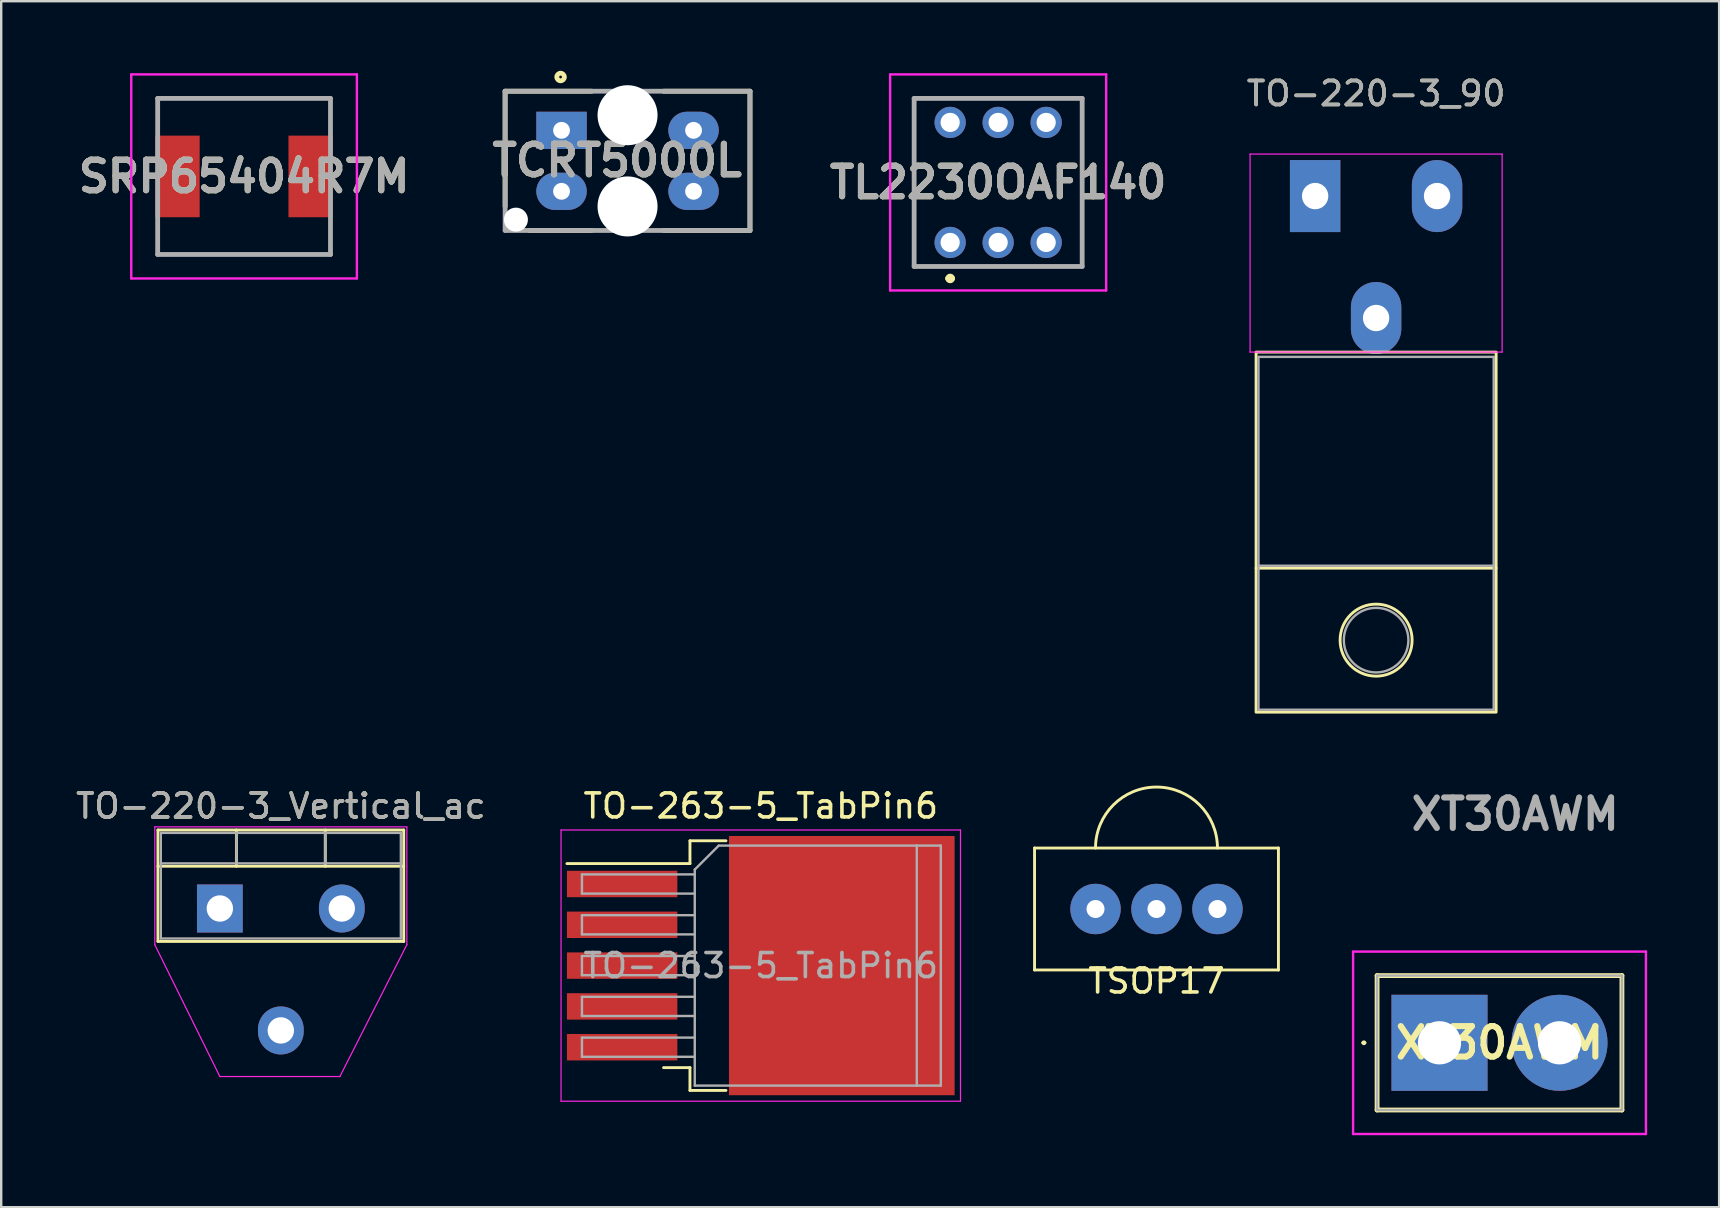
<source format=kicad_pcb>
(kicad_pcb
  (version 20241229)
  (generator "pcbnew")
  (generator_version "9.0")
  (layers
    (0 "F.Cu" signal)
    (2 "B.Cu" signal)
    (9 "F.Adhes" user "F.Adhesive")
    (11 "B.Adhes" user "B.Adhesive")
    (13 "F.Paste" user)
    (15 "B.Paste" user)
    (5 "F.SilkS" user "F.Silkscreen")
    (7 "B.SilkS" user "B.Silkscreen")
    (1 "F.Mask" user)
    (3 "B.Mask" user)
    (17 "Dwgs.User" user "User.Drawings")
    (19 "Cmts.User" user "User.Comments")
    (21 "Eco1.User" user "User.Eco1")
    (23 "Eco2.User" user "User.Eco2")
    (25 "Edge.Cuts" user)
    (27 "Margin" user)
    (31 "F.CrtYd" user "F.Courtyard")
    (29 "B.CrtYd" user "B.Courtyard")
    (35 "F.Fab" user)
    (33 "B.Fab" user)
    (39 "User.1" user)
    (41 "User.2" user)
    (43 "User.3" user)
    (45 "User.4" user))
  (footprint "TO-220-3_Vertical_ac"
    (layer "F.Cu")
    (at 6.109 34.797)
    (property "Reference" "TO-220-3_Vertical_ac" (at 2.54 -4.27 0) (layer "F.SilkS") (effects (font (size 1 1) (thickness 0.15))))
    (attr through_hole)
    (fp_line (start -2.58 -3.27) (end -2.58 1.371) (stroke (width 0.12) (type solid)) (layer "F.SilkS"))
    (fp_line (start -2.58 -3.27) (end 7.66 -3.27) (stroke (width 0.12) (type solid)) (layer "F.SilkS"))
    (fp_line (start -2.58 -1.76) (end 7.66 -1.76) (stroke (width 0.12) (type solid)) (layer "F.SilkS"))
    (fp_line (start -2.58 1.371) (end 7.66 1.371) (stroke (width 0.12) (type solid)) (layer "F.SilkS"))
    (fp_line (start 0.69 -3.27) (end 0.69 -1.76) (stroke (width 0.12) (type solid)) (layer "F.SilkS"))
    (fp_line (start 4.391 -3.27) (end 4.391 -1.76) (stroke (width 0.12) (type solid)) (layer "F.SilkS"))
    (fp_line (start 7.66 -3.27) (end 7.66 1.371) (stroke (width 0.12) (type solid)) (layer "F.SilkS"))
    (fp_line (start -2.71 -3.4) (end -2.71 1.51) (stroke (width 0.05) (type solid)) (layer "F.CrtYd"))
    (fp_line (start -2.71 1.51) (end 0 7) (stroke (width 0.05) (type solid)) (layer "F.CrtYd"))
    (fp_line (start 0 7) (end 5 7) (stroke (width 0.05) (type solid)) (layer "F.CrtYd"))
    (fp_line (start 5 7) (end 7.79 1.51) (stroke (width 0.05) (type solid)) (layer "F.CrtYd"))
    (fp_line (start 7.79 -3.4) (end -2.71 -3.4) (stroke (width 0.05) (type solid)) (layer "F.CrtYd"))
    (fp_line (start 7.79 1.51) (end 7.79 -3.4) (stroke (width 0.05) (type solid)) (layer "F.CrtYd"))
    (fp_line (start -2.46 -3.15) (end -2.46 1.25) (stroke (width 0.1) (type solid)) (layer "F.Fab"))
    (fp_line (start -2.46 -1.88) (end 7.54 -1.88) (stroke (width 0.1) (type solid)) (layer "F.Fab"))
    (fp_line (start -2.46 1.25) (end 7.54 1.25) (stroke (width 0.1) (type solid)) (layer "F.Fab"))
    (fp_line (start 0.69 -3.15) (end 0.69 -1.88) (stroke (width 0.1) (type solid)) (layer "F.Fab"))
    (fp_line (start 4.39 -3.15) (end 4.39 -1.88) (stroke (width 0.1) (type solid)) (layer "F.Fab"))
    (fp_line (start 7.54 -3.15) (end -2.46 -3.15) (stroke (width 0.1) (type solid)) (layer "F.Fab"))
    (fp_line (start 7.54 1.25) (end 7.54 -3.15) (stroke (width 0.1) (type solid)) (layer "F.Fab"))
    (fp_text user "${REFERENCE}" (at 2.54 -4.27 0) (layer "F.Fab") (effects (font (size 1 1) (thickness 0.15))))
    (pad "1" thru_hole rect (at 0 0) (size 1.905 2) (drill 1.1) (layers "*.Cu" "*.Mask"))
    (pad "2" thru_hole oval (at 2.54 5.08) (size 1.905 2) (drill 1.1) (layers "*.Cu" "*.Mask"))
    (pad "3" thru_hole oval (at 5.08 0) (size 1.905 2) (drill 1.1) (layers "*.Cu" "*.Mask")))
  (footprint "TO-263-5_TabPin6"
    (layer "F.Cu")
    (at 28.643 37.176)
    (property "Reference" "TO-263-5_TabPin6" (at 0 -6.65 0) (layer "F.SilkS") (effects (font (size 1 1) (thickness 0.15))))
    (attr smd)
    (fp_line (start -2.95 -5.2) (end -2.95 -4.25) (stroke (width 0.12) (type solid)) (layer "F.SilkS"))
    (fp_line (start -2.95 -4.25) (end -8.075 -4.25) (stroke (width 0.12) (type solid)) (layer "F.SilkS"))
    (fp_line (start -2.95 4.25) (end -4.05 4.25) (stroke (width 0.12) (type solid)) (layer "F.SilkS"))
    (fp_line (start -2.95 5.2) (end -2.95 4.25) (stroke (width 0.12) (type solid)) (layer "F.SilkS"))
    (fp_line (start -1.45 -5.2) (end -2.95 -5.2) (stroke (width 0.12) (type solid)) (layer "F.SilkS"))
    (fp_line (start -1.45 5.2) (end -2.95 5.2) (stroke (width 0.12) (type solid)) (layer "F.SilkS"))
    (fp_line (start -8.32 -5.65) (end -8.32 5.65) (stroke (width 0.05) (type solid)) (layer "F.CrtYd"))
    (fp_line (start -8.32 5.65) (end 8.32 5.65) (stroke (width 0.05) (type solid)) (layer "F.CrtYd"))
    (fp_line (start 8.32 -5.65) (end -8.32 -5.65) (stroke (width 0.05) (type solid)) (layer "F.CrtYd"))
    (fp_line (start 8.32 5.65) (end 8.32 -5.65) (stroke (width 0.05) (type solid)) (layer "F.CrtYd"))
    (fp_line (start -7.45 -3.8) (end -7.45 -3) (stroke (width 0.1) (type solid)) (layer "F.Fab"))
    (fp_line (start -7.45 -3) (end -2.75 -3) (stroke (width 0.1) (type solid)) (layer "F.Fab"))
    (fp_line (start -7.45 -2.1) (end -7.45 -1.3) (stroke (width 0.1) (type solid)) (layer "F.Fab"))
    (fp_line (start -7.45 -1.3) (end -2.75 -1.3) (stroke (width 0.1) (type solid)) (layer "F.Fab"))
    (fp_line (start -7.45 -0.4) (end -7.45 0.4) (stroke (width 0.1) (type solid)) (layer "F.Fab"))
    (fp_line (start -7.45 0.4) (end -2.75 0.4) (stroke (width 0.1) (type solid)) (layer "F.Fab"))
    (fp_line (start -7.45 1.3) (end -7.45 2.1) (stroke (width 0.1) (type solid)) (layer "F.Fab"))
    (fp_line (start -7.45 2.1) (end -2.75 2.1) (stroke (width 0.1) (type solid)) (layer "F.Fab"))
    (fp_line (start -7.45 3) (end -7.45 3.8) (stroke (width 0.1) (type solid)) (layer "F.Fab"))
    (fp_line (start -7.45 3.8) (end -2.75 3.8) (stroke (width 0.1) (type solid)) (layer "F.Fab"))
    (fp_line (start -2.75 -4) (end -1.75 -5) (stroke (width 0.1) (type solid)) (layer "F.Fab"))
    (fp_line (start -2.75 -3.8) (end -7.45 -3.8) (stroke (width 0.1) (type solid)) (layer "F.Fab"))
    (fp_line (start -2.75 -2.1) (end -7.45 -2.1) (stroke (width 0.1) (type solid)) (layer "F.Fab"))
    (fp_line (start -2.75 -0.4) (end -7.45 -0.4) (stroke (width 0.1) (type solid)) (layer "F.Fab"))
    (fp_line (start -2.75 1.3) (end -7.45 1.3) (stroke (width 0.1) (type solid)) (layer "F.Fab"))
    (fp_line (start -2.75 3) (end -7.45 3) (stroke (width 0.1) (type solid)) (layer "F.Fab"))
    (fp_line (start -2.75 5) (end -2.75 -4) (stroke (width 0.1) (type solid)) (layer "F.Fab"))
    (fp_line (start -1.75 -5) (end 6.5 -5) (stroke (width 0.1) (type solid)) (layer "F.Fab"))
    (fp_line (start 6.5 -5) (end 6.5 5) (stroke (width 0.1) (type solid)) (layer "F.Fab"))
    (fp_line (start 6.5 -5) (end 7.5 -5) (stroke (width 0.1) (type solid)) (layer "F.Fab"))
    (fp_line (start 6.5 5) (end -2.75 5) (stroke (width 0.1) (type solid)) (layer "F.Fab"))
    (fp_line (start 7.5 -5) (end 7.5 5) (stroke (width 0.1) (type solid)) (layer "F.Fab"))
    (fp_line (start 7.5 5) (end 6.5 5) (stroke (width 0.1) (type solid)) (layer "F.Fab"))
    (fp_text user "${REFERENCE}" (at 0 0 0) (layer "F.Fab") (effects (font (size 1 1) (thickness 0.15))))
    (pad "" smd rect (at 0.95 -2.775) (size 4.55 5.25) (layers "F.Paste"))
    (pad "" smd rect (at 0.95 2.775) (size 4.55 5.25) (layers "F.Paste"))
    (pad "" smd rect (at 5.8 -2.775) (size 4.55 5.25) (layers "F.Paste"))
    (pad "" smd rect (at 5.8 2.775) (size 4.55 5.25) (layers "F.Paste"))
    (pad "1" smd rect (at -5.775 -3.4) (size 4.6 1.1) (layers "F.Cu" "F.Mask" "F.Paste"))
    (pad "2" smd rect (at -5.775 -1.7) (size 4.6 1.1) (layers "F.Cu" "F.Mask" "F.Paste"))
    (pad "3" smd rect (at -5.775 0) (size 4.6 1.1) (layers "F.Cu" "F.Mask" "F.Paste"))
    (pad "4" smd rect (at -5.775 1.7) (size 4.6 1.1) (layers "F.Cu" "F.Mask" "F.Paste"))
    (pad "5" smd rect (at -5.775 3.4) (size 4.6 1.1) (layers "F.Cu" "F.Mask" "F.Paste"))
    (pad "6" smd rect (at 3.375 0) (size 9.4 10.8) (layers "F.Cu" "F.Mask")))
  (footprint "SRP65404R7M"
    (layer "F.Cu")
    (at 7.118 4.3)
    (property "Reference" "SRP65404R7M" (at 0 0 0) (layer "F.SilkS") (effects (font (size 1.27 1.27) (thickness 0.254))))
    (attr smd)
    (fp_line (start -3.6 -3.25) (end 3.5 -3.25) (stroke (width 0.1) (type solid)) (layer "F.SilkS"))
    (fp_line (start -3.6 3.25) (end 3.6 3.25) (stroke (width 0.1) (type solid)) (layer "F.SilkS"))
    (fp_line (start -4.7 -4.25) (end 4.7 -4.25) (stroke (width 0.1) (type solid)) (layer "F.CrtYd"))
    (fp_line (start -4.7 4.25) (end -4.7 -4.25) (stroke (width 0.1) (type solid)) (layer "F.CrtYd"))
    (fp_line (start 4.7 -4.25) (end 4.7 4.25) (stroke (width 0.1) (type solid)) (layer "F.CrtYd"))
    (fp_line (start 4.7 4.25) (end -4.7 4.25) (stroke (width 0.1) (type solid)) (layer "F.CrtYd"))
    (fp_line (start -3.6 -3.25) (end 3.6 -3.25) (stroke (width 0.2) (type solid)) (layer "F.Fab"))
    (fp_line (start -3.6 3.25) (end -3.6 -3.25) (stroke (width 0.2) (type solid)) (layer "F.Fab"))
    (fp_line (start 3.6 -3.25) (end 3.6 3.25) (stroke (width 0.2) (type solid)) (layer "F.Fab"))
    (fp_line (start 3.6 3.25) (end -3.6 3.25) (stroke (width 0.2) (type solid)) (layer "F.Fab"))
    (fp_text user "${REFERENCE}" (at 0 0 0) (layer "F.Fab") (effects (font (size 1.27 1.27) (thickness 0.254))))
    (pad "1" smd rect (at -2.775 0) (size 1.85 3.4) (layers "F.Cu" "F.Mask" "F.Paste"))
    (pad "2" smd rect (at 2.775 0) (size 1.85 3.4) (layers "F.Cu" "F.Mask" "F.Paste")))
  (footprint "TCRT5000L"
    (layer "F.Cu")
    (at 23.093 3.65)
    (property "Reference" "TCRT5000L" (at -0.432 -0.015 0) (layer "F.SilkS") (effects (font (size 1.27 1.27) (thickness 0.254))))
    (attr through_hole)
    (fp_line (start -5.1 -2.9) (end -5.1 1.9) (stroke (width 0.2) (type default)) (layer "F.SilkS"))
    (fp_line (start -5.1 -2.9) (end -1.5 -2.9) (stroke (width 0.2) (type solid)) (layer "F.SilkS"))
    (fp_line (start -1.5 2.9) (end -4.1 2.9) (stroke (width 0.2) (type default)) (layer "F.SilkS"))
    (fp_line (start 5.1 -2.9) (end 1.5 -2.9) (stroke (width 0.2) (type solid)) (layer "F.SilkS"))
    (fp_line (start 5.1 2.9) (end 1.5 2.9) (stroke (width 0.2) (type solid)) (layer "F.SilkS"))
    (fp_line (start 5.1 2.9) (end 5.1 -2.9) (stroke (width 0.2) (type solid)) (layer "F.SilkS"))
    (fp_circle (center -2.79 -3.492) (end -2.79 -3.434) (stroke (width 0.2) (type solid)) (fill no) (layer "F.SilkS"))
    (fp_line (start -5.1 -2.9) (end 5.1 -2.9) (stroke (width 0.2) (type solid)) (layer "F.Fab"))
    (fp_line (start -5.1 2.9) (end -5.1 -2.9) (stroke (width 0.2) (type solid)) (layer "F.Fab"))
    (fp_line (start 5.1 -2.9) (end 5.1 2.9) (stroke (width 0.2) (type solid)) (layer "F.Fab"))
    (fp_line (start 5.1 2.9) (end -5.1 2.9) (stroke (width 0.2) (type solid)) (layer "F.Fab"))
    (fp_text user "${REFERENCE}" (at -0.432 -0.015 0) (layer "F.Fab") (effects (font (size 1.27 1.27) (thickness 0.254))))
    (pad "" np_thru_hole circle (at -4.65 2.45) (size 1 1) (drill 1) (layers "*.Cu" "*.Mask"))
    (pad "" np_thru_hole circle (at 0 -1.9) (size 2.5 2.5) (drill 2.5) (layers "*.Cu" "*.Mask"))
    (pad "" np_thru_hole circle (at 0 1.9) (size 2.5 2.5) (drill 2.5) (layers "*.Cu" "*.Mask"))
    (pad "1" thru_hole rect (at -2.75 -1.27) (size 2.1 1.55) (drill 0.7) (layers "*.Cu" "*.Mask"))
    (pad "2" thru_hole oval (at -2.75 1.27) (size 2.1 1.55) (drill 0.7) (layers "*.Cu" "*.Mask"))
    (pad "3" thru_hole oval (at 2.75 1.27) (size 2.1 1.55) (drill 0.7) (layers "*.Cu" "*.Mask"))
    (pad "4" thru_hole oval (at 2.75 -1.27) (size 2.1 1.55) (drill 0.7) (layers "*.Cu" "*.Mask")))
  (footprint "TO-220-3_90"
    (layer "F.Cu")
    (at 54.277 5.118)
    (property "Reference" "TO-220-3_90" (at 0 -4.27 0) (layer "F.SilkS") (effects (font (size 1 1) (thickness 0.15))))
    (attr through_hole)
    (fp_line (start -5 15.5) (end 5 15.5) (stroke (width 0.12) (type default)) (layer "F.SilkS"))
    (fp_rect (start -5 6.5) (end 5 21.5) (stroke (width 0.12) (type default)) (fill no) (layer "F.SilkS"))
    (fp_circle (center 0 18.5) (end 1.5 18.5) (stroke (width 0.12) (type default)) (fill no) (layer "F.SilkS"))
    (fp_line (start -5.25 -1.75) (end -5.25 6.5) (stroke (width 0.05) (type solid)) (layer "F.CrtYd"))
    (fp_line (start -5.25 6.5) (end 5.25 6.5) (stroke (width 0.05) (type solid)) (layer "F.CrtYd"))
    (fp_line (start 5.25 -1.75) (end -5.25 -1.75) (stroke (width 0.05) (type solid)) (layer "F.CrtYd"))
    (fp_line (start 5.25 6.5) (end 5.25 -1.75) (stroke (width 0.05) (type solid)) (layer "F.CrtYd"))
    (fp_line (start -4.9 6.7) (end -4.9 15.4) (stroke (width 0.1) (type default)) (layer "F.Fab"))
    (fp_line (start -4.9 6.7) (end 4.9 6.7) (stroke (width 0.1) (type solid)) (layer "F.Fab"))
    (fp_line (start -4.9 15.4) (end -4.9 21.4) (stroke (width 0.1) (type default)) (layer "F.Fab"))
    (fp_line (start -4.9 15.4) (end 4.9 15.4) (stroke (width 0.1) (type default)) (layer "F.Fab"))
    (fp_line (start -4.9 21.4) (end 4.9 21.4) (stroke (width 0.1) (type default)) (layer "F.Fab"))
    (fp_line (start 4.9 15.4) (end 4.9 6.7) (stroke (width 0.1) (type default)) (layer "F.Fab"))
    (fp_line (start 4.9 21.4) (end 4.9 15.4) (stroke (width 0.1) (type default)) (layer "F.Fab"))
    (fp_circle (center 0 18.5) (end 1 19.4) (stroke (width 0.1) (type default)) (fill no) (layer "F.Fab"))
    (fp_text user "${REFERENCE}" (at 0 -4.27 0) (layer "F.Fab") (effects (font (size 1 1) (thickness 0.15))))
    (pad "1" thru_hole rect (at -2.54 0) (size 2.1 3) (drill 1.1) (layers "*.Cu" "*.Mask"))
    (pad "2" thru_hole oval (at 0 5.08) (size 2.1 3) (drill 1.1) (layers "*.Cu" "*.Mask"))
    (pad "3" thru_hole oval (at 2.54 0) (size 2.1 3) (drill 1.1) (layers "*.Cu" "*.Mask")))
  (footprint "TSOP17"
    (layer "F.Cu")
    (at 45.128 34.818)
    (property "Reference" "TSOP17" (at 0 3 0) (layer "F.SilkS") (effects (font (size 1 1) (thickness 0.15))))
    (attr through_hole)
    (fp_line (start -5.08 -2.54) (end 5.08 -2.54) (stroke (width 0.12) (type solid)) (layer "F.SilkS"))
    (fp_line (start -5.08 2.54) (end -5.08 -2.54) (stroke (width 0.12) (type solid)) (layer "F.SilkS"))
    (fp_line (start 5.08 -2.54) (end 5.08 2.54) (stroke (width 0.12) (type solid)) (layer "F.SilkS"))
    (fp_line (start 5.08 2.54) (end -5.08 2.54) (stroke (width 0.12) (type solid)) (layer "F.SilkS"))
    (fp_arc (start -2.54 -2.54) (mid 0 -5.08) (end 2.54 -2.54) (stroke (width 0.12) (type solid)) (layer "F.SilkS"))
    (pad "1" thru_hole circle (at -2.54 0) (size 2.1 2.1) (drill 0.75) (layers "*.Cu" "*.Mask"))
    (pad "2" thru_hole circle (at 0 0) (size 2.1 2.1) (drill 0.75) (layers "*.Cu" "*.Mask"))
    (pad "3" thru_hole circle (at 2.54 0) (size 2.1 2.1) (drill 0.75) (layers "*.Cu" "*.Mask")))
  (footprint "TL2230OAF140"
    (layer "F.Cu")
    (at 38.537 4.51)
    (property "Reference" "TL2230OAF140" (at -0.005 0.04 0) (layer "F.SilkS") (effects (font (size 1.27 1.27) (thickness 0.254))))
    (attr through_hole)
    (fp_line (start -3.505 -3.46) (end 3.495 -3.46) (stroke (width 0.1) (type solid)) (layer "F.SilkS"))
    (fp_line (start -3.505 3.54) (end -3.505 -3.46) (stroke (width 0.1) (type solid)) (layer "F.SilkS"))
    (fp_line (start -2.105 4.04) (end -2.105 4.04) (stroke (width 0.2) (type solid)) (layer "F.SilkS"))
    (fp_line (start -1.905 4.04) (end -1.905 4.04) (stroke (width 0.2) (type solid)) (layer "F.SilkS"))
    (fp_line (start 3.495 -3.46) (end 3.495 3.54) (stroke (width 0.1) (type solid)) (layer "F.SilkS"))
    (fp_line (start 3.495 3.54) (end -3.505 3.54) (stroke (width 0.1) (type solid)) (layer "F.SilkS"))
    (fp_arc (start -2.105 4.04) (mid -2.005 3.94) (end -1.905 4.04) (stroke (width 0.2) (type solid)) (layer "F.SilkS"))
    (fp_arc (start -1.905 4.04) (mid -2.005 4.14) (end -2.105 4.04) (stroke (width 0.2) (type solid)) (layer "F.SilkS"))
    (fp_line (start -4.505 -4.46) (end 4.495 -4.46) (stroke (width 0.1) (type solid)) (layer "F.CrtYd"))
    (fp_line (start -4.505 4.54) (end -4.505 -4.46) (stroke (width 0.1) (type solid)) (layer "F.CrtYd"))
    (fp_line (start 4.495 -4.46) (end 4.495 4.54) (stroke (width 0.1) (type solid)) (layer "F.CrtYd"))
    (fp_line (start 4.495 4.54) (end -4.505 4.54) (stroke (width 0.1) (type solid)) (layer "F.CrtYd"))
    (fp_line (start -3.505 -3.46) (end 3.495 -3.46) (stroke (width 0.2) (type solid)) (layer "F.Fab"))
    (fp_line (start -3.505 3.54) (end -3.505 -3.46) (stroke (width 0.2) (type solid)) (layer "F.Fab"))
    (fp_line (start 3.495 -3.46) (end 3.495 3.54) (stroke (width 0.2) (type solid)) (layer "F.Fab"))
    (fp_line (start 3.495 3.54) (end -3.505 3.54) (stroke (width 0.2) (type solid)) (layer "F.Fab"))
    (fp_text user "${REFERENCE}" (at -0.005 0.04 0) (layer "F.Fab") (effects (font (size 1.27 1.27) (thickness 0.254))))
    (pad "1" thru_hole circle (at -2.005 2.54) (size 1.3 1.3) (drill 0.8) (layers "*.Cu" "*.Mask"))
    (pad "2" thru_hole circle (at -0.005 2.54) (size 1.3 1.3) (drill 0.8) (layers "*.Cu" "*.Mask"))
    (pad "3" thru_hole circle (at 1.995 2.54) (size 1.3 1.3) (drill 0.8) (layers "*.Cu" "*.Mask"))
    (pad "4" thru_hole circle (at -2.005 -2.46) (size 1.3 1.3) (drill 0.8) (layers "*.Cu" "*.Mask"))
    (pad "5" thru_hole circle (at -0.005 -2.46) (size 1.3 1.3) (drill 0.8) (layers "*.Cu" "*.Mask"))
    (pad "6" thru_hole circle (at 1.995 -2.46) (size 1.3 1.3) (drill 0.8) (layers "*.Cu" "*.Mask")))
  (footprint "XT30AWM"
    (layer "F.Cu")
    (at 59.438 40.392)
    (property "Reference" "XT30AWM" (at -0.02 0 0) (layer "F.SilkS") (effects (font (size 1.27 1.27) (thickness 0.254))))
    (attr through_hole)
    (fp_line (start -5.72 0) (end -5.72 0) (stroke (width 0.1) (type solid)) (layer "F.SilkS"))
    (fp_line (start -5.62 0) (end -5.62 0) (stroke (width 0.1) (type solid)) (layer "F.SilkS"))
    (fp_line (start -5.12 -2.8) (end 5.08 -2.8) (stroke (width 0.2) (type solid)) (layer "F.SilkS"))
    (fp_line (start -5.12 2.8) (end -5.12 -2.8) (stroke (width 0.2) (type solid)) (layer "F.SilkS"))
    (fp_line (start 5.08 -2.8) (end 5.08 2.8) (stroke (width 0.2) (type solid)) (layer "F.SilkS"))
    (fp_line (start 5.08 2.8) (end -5.12 2.8) (stroke (width 0.2) (type solid)) (layer "F.SilkS"))
    (fp_arc (start -5.72 0) (mid -5.67 -0.05) (end -5.62 0) (stroke (width 0.1) (type solid)) (layer "F.SilkS"))
    (fp_arc (start -5.62 0) (mid -5.67 0.05) (end -5.72 0) (stroke (width 0.1) (type solid)) (layer "F.SilkS"))
    (fp_line (start -6.12 -3.8) (end 6.08 -3.8) (stroke (width 0.1) (type solid)) (layer "F.CrtYd"))
    (fp_line (start -6.12 3.8) (end -6.12 -3.8) (stroke (width 0.1) (type solid)) (layer "F.CrtYd"))
    (fp_line (start 6.08 -3.8) (end 6.08 3.8) (stroke (width 0.1) (type solid)) (layer "F.CrtYd"))
    (fp_line (start 6.08 3.8) (end -6.12 3.8) (stroke (width 0.1) (type solid)) (layer "F.CrtYd"))
    (fp_line (start -5.12 -2.8) (end 5.08 -2.8) (stroke (width 0.1) (type solid)) (layer "F.Fab"))
    (fp_line (start -5.12 2.8) (end -5.12 -2.8) (stroke (width 0.1) (type solid)) (layer "F.Fab"))
    (fp_line (start 5.08 -2.8) (end 5.08 2.8) (stroke (width 0.1) (type solid)) (layer "F.Fab"))
    (fp_line (start 5.08 2.8) (end -5.12 2.8) (stroke (width 0.1) (type solid)) (layer "F.Fab"))
    (fp_text user "${REFERENCE}" (at 0.635 -9.525 0) (layer "F.Fab") (effects (font (size 1.27 1.27) (thickness 0.254))))
    (pad "1" thru_hole rect (at -2.52 0) (size 4 4) (drill 1.8) (layers "*.Cu" "*.Mask"))
    (pad "2" thru_hole circle (at 2.48 0) (size 4 4) (drill 1.8) (layers "*.Cu" "*.Mask")))
  (gr_rect
    (start -3 -3)
    (end 68.568 47.242)
    (stroke (width 0.1) (type default))
    (fill no)
    (layer "Edge.Cuts")))
</source>
